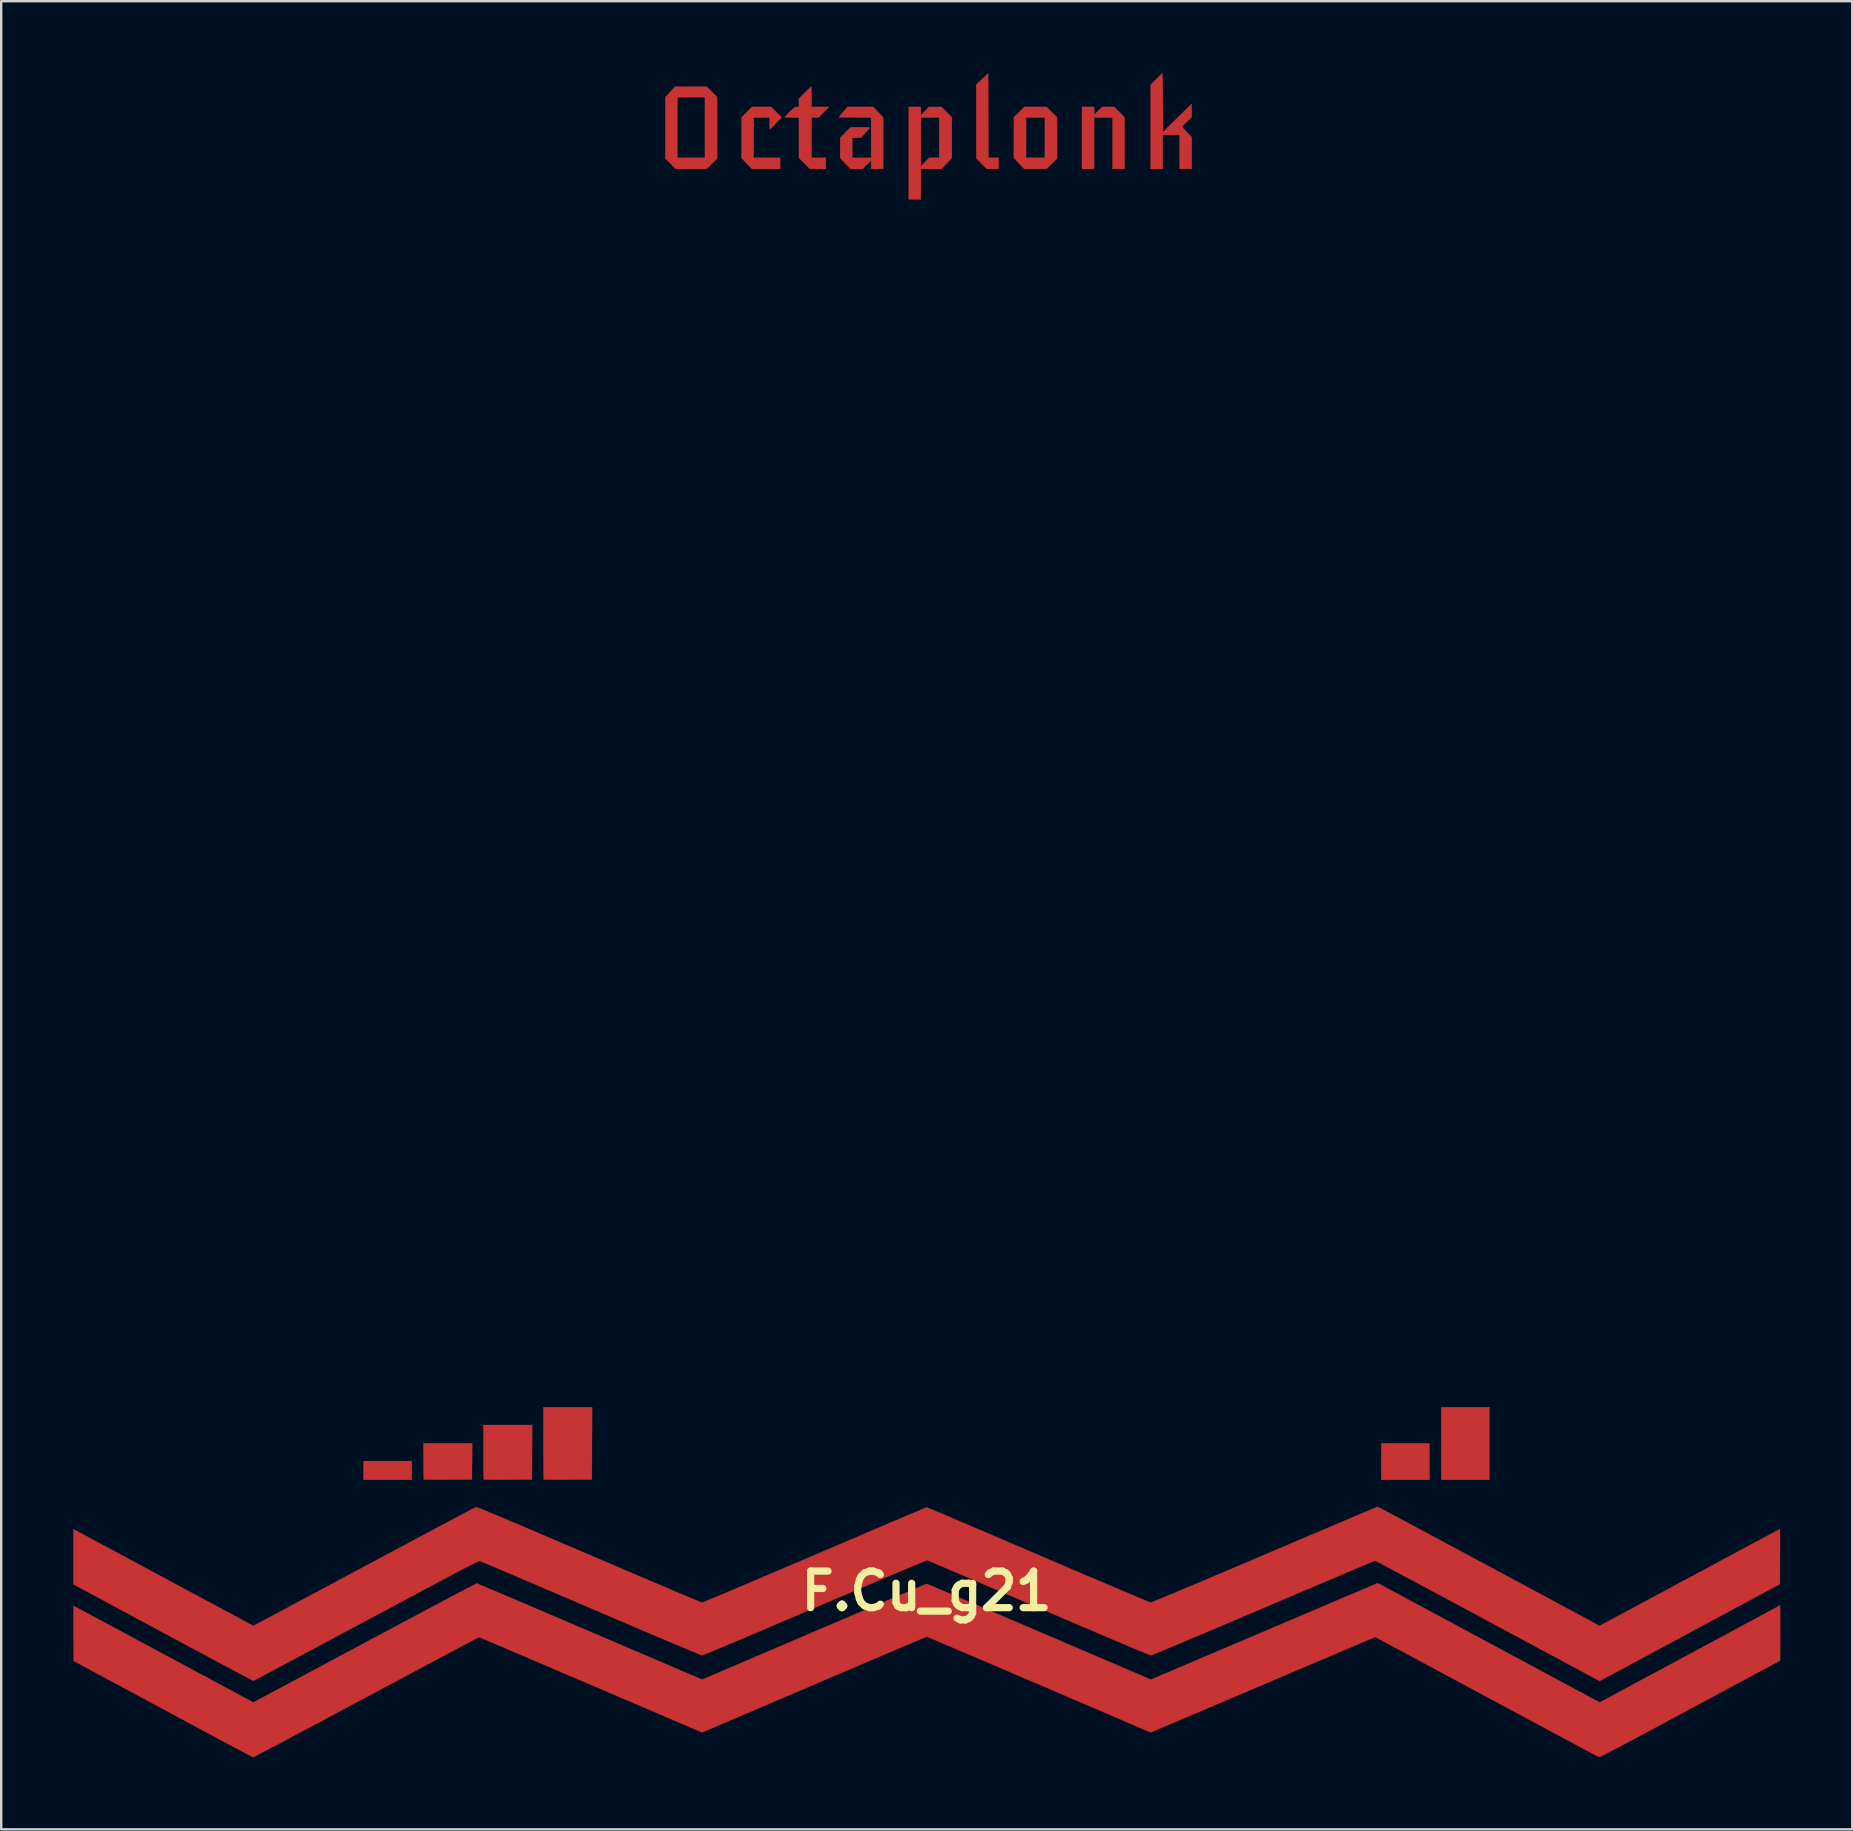
<source format=kicad_pcb>
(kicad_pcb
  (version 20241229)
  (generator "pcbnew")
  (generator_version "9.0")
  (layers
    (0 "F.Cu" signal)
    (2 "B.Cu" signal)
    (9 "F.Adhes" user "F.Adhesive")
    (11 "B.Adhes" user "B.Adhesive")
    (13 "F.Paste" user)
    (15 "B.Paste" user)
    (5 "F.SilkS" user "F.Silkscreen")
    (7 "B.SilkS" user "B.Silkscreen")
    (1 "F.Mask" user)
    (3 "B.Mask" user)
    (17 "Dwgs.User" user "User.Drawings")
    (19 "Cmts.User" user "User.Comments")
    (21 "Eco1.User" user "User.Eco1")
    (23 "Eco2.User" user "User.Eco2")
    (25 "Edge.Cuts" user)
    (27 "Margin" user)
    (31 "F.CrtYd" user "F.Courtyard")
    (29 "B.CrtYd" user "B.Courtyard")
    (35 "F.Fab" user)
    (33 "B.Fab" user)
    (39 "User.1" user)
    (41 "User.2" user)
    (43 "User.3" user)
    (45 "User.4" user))
  (footprint "F.Cu_g21"
    (layer "F.Cu")
    (at 35.544 63.231)
    (property "Reference" "F.Cu_g21" (at 0 0 0) (layer "F.SilkS") (effects (font (size 1.524 1.524) (thickness 0.3))))
    (attr through_hole)
    (fp_poly (pts (xy -21.442 -4.636) (xy -23.453 -4.636) (xy -23.453 -5.419) (xy -21.442 -5.419) (xy -21.442 -4.636)) (stroke (width 0.01) (type solid)) (fill yes) (layer "F.Cu"))
    (fp_poly (pts (xy 20.955 -4.636) (xy 18.944 -4.636) (xy 18.944 -6.16) (xy 20.955 -6.16) (xy 20.955 -4.636)) (stroke (width 0.01) (type solid)) (fill yes) (layer "F.Cu"))
    (fp_poly (pts (xy 23.453 -4.636) (xy 21.442 -4.636) (xy 21.442 -7.662) (xy 23.453 -7.662) (xy 23.453 -4.636)) (stroke (width 0.01) (type solid)) (fill yes) (layer "F.Cu"))
    (fp_poly (pts (xy 2.583 -59.711) (xy 3.006 -59.711) (xy 3.006 -59.245) (xy 2.507 -59.245) (xy 2.074 -59.68) (xy 2.074 -62.756) (xy 2.323 -62.991) (xy 2.572 -63.226) (xy 2.583 -59.711)) (stroke (width 0.01) (type solid)) (fill yes) (layer "F.Cu"))
    (fp_poly (pts (xy 6.985 -61.501) (xy 7.314 -61.828) (xy 7.825 -61.828) (xy 8.255 -61.394) (xy 8.255 -60.32) (xy 8.255 -59.245) (xy 7.747 -59.245) (xy 7.747 -61.383) (xy 6.985 -61.383) (xy 6.985 -59.245) (xy 6.477 -59.245) (xy 6.477 -61.828) (xy 6.985 -61.828) (xy 6.985 -61.501)) (stroke (width 0.01) (type solid)) (fill yes) (layer "F.Cu"))
    (fp_poly (pts (xy -8.937 -62.457) (xy -8.721 -62.24) (xy -8.721 -59.679) (xy -8.938 -59.462) (xy -9.155 -59.245) (xy -10.447 -59.245) (xy -10.88 -59.68) (xy -10.88 -62.23) (xy -10.372 -62.23) (xy -10.372 -59.711) (xy -9.229 -59.711) (xy -9.229 -62.23) (xy -10.372 -62.23) (xy -10.88 -62.23) (xy -10.88 -62.235) (xy -10.676 -62.455) (xy -10.472 -62.675) (xy -9.154 -62.675) (xy -8.937 -62.457)) (stroke (width 0.01) (type solid)) (fill yes) (layer "F.Cu"))
    (fp_poly (pts (xy 5.223 -61.611) (xy 5.44 -61.395) (xy 5.44 -59.679) (xy 5.223 -59.462) (xy 5.005 -59.245) (xy 4.068 -59.245) (xy 3.855 -59.473) (xy 3.641 -59.701) (xy 3.641 -61.383) (xy 4.149 -61.383) (xy 4.149 -59.711) (xy 4.932 -59.711) (xy 4.932 -61.383) (xy 4.149 -61.383) (xy 3.641 -61.383) (xy 3.641 -61.395) (xy 3.858 -61.611) (xy 4.075 -61.828) (xy 5.005 -61.828) (xy 5.223 -61.611)) (stroke (width 0.01) (type solid)) (fill yes) (layer "F.Cu"))
    (fp_poly (pts (xy -18.928 -5.403) (xy -18.934 -4.646) (xy -19.93 -4.641) (xy -20.131 -4.64) (xy -20.32 -4.64) (xy -20.491 -4.64) (xy -20.641 -4.641) (xy -20.765 -4.642) (xy -20.859 -4.644) (xy -20.919 -4.647) (xy -20.941 -4.649) (xy -20.944 -4.673) (xy -20.947 -4.734) (xy -20.95 -4.828) (xy -20.952 -4.95) (xy -20.954 -5.094) (xy -20.955 -5.256) (xy -20.955 -5.412) (xy -20.955 -6.16) (xy -18.922 -6.16) (xy -18.928 -5.403)) (stroke (width 0.01) (type solid)) (fill yes) (layer "F.Cu"))
    (fp_poly (pts (xy -16.43 -5.784) (xy -16.436 -4.646) (xy -17.432 -4.641) (xy -17.634 -4.64) (xy -17.822 -4.64) (xy -17.993 -4.64) (xy -18.143 -4.641) (xy -18.267 -4.642) (xy -18.361 -4.644) (xy -18.421 -4.647) (xy -18.443 -4.649) (xy -18.446 -4.673) (xy -18.448 -4.734) (xy -18.451 -4.831) (xy -18.453 -4.957) (xy -18.454 -5.11) (xy -18.456 -5.286) (xy -18.457 -5.48) (xy -18.457 -5.69) (xy -18.457 -5.793) (xy -18.457 -6.921) (xy -16.425 -6.921) (xy -16.43 -5.784)) (stroke (width 0.01) (type solid)) (fill yes) (layer "F.Cu"))
    (fp_poly (pts (xy -6.25 -61.611) (xy -6.034 -61.394) (xy -6.268 -61.145) (xy -6.348 -61.061) (xy -6.419 -60.989) (xy -6.475 -60.935) (xy -6.511 -60.903) (xy -6.521 -60.897) (xy -6.529 -60.916) (xy -6.535 -60.97) (xy -6.539 -61.049) (xy -6.54 -61.14) (xy -6.54 -61.383) (xy -7.197 -61.383) (xy -7.197 -59.711) (xy -6.096 -59.711) (xy -6.096 -59.245) (xy -7.277 -59.245) (xy -7.705 -59.694) (xy -7.705 -61.395) (xy -7.27 -61.828) (xy -6.466 -61.828) (xy -6.25 -61.611)) (stroke (width 0.01) (type solid)) (fill yes) (layer "F.Cu"))
    (fp_poly (pts (xy -13.933 -6.154) (xy -13.938 -4.646) (xy -14.935 -4.641) (xy -15.136 -4.64) (xy -15.324 -4.64) (xy -15.496 -4.64) (xy -15.645 -4.641) (xy -15.769 -4.642) (xy -15.864 -4.644) (xy -15.924 -4.647) (xy -15.945 -4.649) (xy -15.948 -4.672) (xy -15.95 -4.734) (xy -15.952 -4.832) (xy -15.954 -4.961) (xy -15.956 -5.12) (xy -15.957 -5.303) (xy -15.958 -5.509) (xy -15.959 -5.732) (xy -15.96 -5.971) (xy -15.96 -6.163) (xy -15.96 -7.662) (xy -13.927 -7.662) (xy -13.933 -6.154)) (stroke (width 0.01) (type solid)) (fill yes) (layer "F.Cu"))
    (fp_poly (pts (xy 0.36 -61.828) (xy 0.625 -61.828) (xy 0.842 -61.611) (xy 1.058 -61.393) (xy 1.058 -59.699) (xy 0.845 -59.472) (xy 0.631 -59.245) (xy -0.233 -59.245) (xy -0.233 -57.975) (xy -0.741 -57.975) (xy -0.741 -61.383) (xy -0.233 -61.383) (xy -0.233 -59.345) (xy 0.11 -59.711) (xy 0.529 -59.711) (xy 0.529 -61.383) (xy -0.233 -61.383) (xy -0.741 -61.383) (xy -0.741 -61.828) (xy -0.233 -61.828) (xy -0.232 -61.653) (xy -0.231 -61.479) (xy 0.095 -61.828) (xy 0.36 -61.828)) (stroke (width 0.01) (type solid)) (fill yes) (layer "F.Cu"))
    (fp_poly (pts (xy -1.799 -61.387) (xy -1.799 -59.245) (xy -2.307 -59.245) (xy -2.307 -59.594) (xy -2.657 -59.245) (xy -3.171 -59.245) (xy -3.384 -59.473) (xy -3.598 -59.701) (xy -3.598 -60.547) (xy -3.165 -60.981) (xy -2.757 -60.981) (xy -2.631 -60.981) (xy -2.521 -60.979) (xy -2.433 -60.976) (xy -2.374 -60.973) (xy -2.35 -60.969) (xy -2.349 -60.969) (xy -2.363 -60.95) (xy -2.4 -60.906) (xy -2.456 -60.843) (xy -2.525 -60.767) (xy -2.544 -60.747) (xy -2.738 -60.537) (xy -3.09 -60.537) (xy -3.09 -59.711) (xy -2.307 -59.711) (xy -2.307 -61.383) (xy -3.659 -61.394) (xy -3.295 -61.828) (xy -2.211 -61.828) (xy -1.799 -61.387)) (stroke (width 0.01) (type solid)) (fill yes) (layer "F.Cu"))
    (fp_poly (pts (xy 9.83 -63.204) (xy 9.833 -63.145) (xy 9.835 -63.051) (xy 9.838 -62.926) (xy 9.841 -62.773) (xy 9.843 -62.597) (xy 9.845 -62.401) (xy 9.847 -62.189) (xy 9.848 -62.004) (xy 9.853 -60.784) (xy 10.451 -61.372) (xy 11.049 -61.959) (xy 11.049 -61.403) (xy 10.848 -61.211) (xy 10.773 -61.138) (xy 10.711 -61.076) (xy 10.667 -61.03) (xy 10.647 -61.006) (xy 10.647 -61.005) (xy 10.661 -60.985) (xy 10.698 -60.94) (xy 10.754 -60.877) (xy 10.824 -60.802) (xy 10.848 -60.776) (xy 11.049 -60.562) (xy 11.049 -59.245) (xy 10.541 -59.245) (xy 10.541 -60.664) (xy 9.842 -60.664) (xy 9.842 -59.245) (xy 9.335 -59.245) (xy 9.335 -62.749) (xy 9.573 -62.987) (xy 9.655 -63.068) (xy 9.727 -63.137) (xy 9.783 -63.189) (xy 9.818 -63.219) (xy 9.827 -63.225) (xy 9.83 -63.204)) (stroke (width 0.01) (type solid)) (fill yes) (layer "F.Cu"))
    (fp_poly (pts (xy -4.795 -62.654) (xy -4.791 -62.598) (xy -4.787 -62.513) (xy -4.785 -62.403) (xy -4.784 -62.277) (xy -4.784 -62.251) (xy -4.784 -61.828) (xy -4.054 -61.828) (xy -4.276 -61.606) (xy -4.497 -61.383) (xy -4.784 -61.383) (xy -4.784 -59.711) (xy -4.191 -59.711) (xy -4.191 -59.245) (xy -4.858 -59.245) (xy -5.086 -59.473) (xy -5.313 -59.701) (xy -5.313 -61.383) (xy -5.609 -61.383) (xy -5.716 -61.384) (xy -5.805 -61.387) (xy -5.87 -61.392) (xy -5.903 -61.397) (xy -5.905 -61.4) (xy -5.891 -61.42) (xy -5.852 -61.463) (xy -5.794 -61.525) (xy -5.722 -61.599) (xy -5.699 -61.622) (xy -5.615 -61.704) (xy -5.555 -61.761) (xy -5.51 -61.797) (xy -5.475 -61.817) (xy -5.442 -61.826) (xy -5.405 -61.828) (xy -5.402 -61.828) (xy -5.313 -61.828) (xy -5.313 -62.176) (xy -5.064 -62.425) (xy -4.981 -62.508) (xy -4.907 -62.58) (xy -4.849 -62.634) (xy -4.811 -62.667) (xy -4.8 -62.675) (xy -4.795 -62.654)) (stroke (width 0.01) (type solid)) (fill yes) (layer "F.Cu"))
    (fp_poly (pts (xy 23.42 2.15) (xy 28.043 4.636) (xy 31.669 2.687) (xy 32.036 2.489) (xy 32.394 2.297) (xy 32.742 2.11) (xy 33.076 1.93) (xy 33.397 1.758) (xy 33.7 1.594) (xy 33.986 1.441) (xy 34.252 1.298) (xy 34.495 1.167) (xy 34.715 1.049) (xy 34.908 0.944) (xy 35.075 0.855) (xy 35.211 0.781) (xy 35.317 0.724) (xy 35.389 0.685) (xy 35.425 0.665) (xy 35.428 0.664) (xy 35.56 0.591) (xy 35.56 2.894) (xy 31.809 4.91) (xy 31.365 5.149) (xy 30.957 5.368) (xy 30.584 5.568) (xy 30.243 5.751) (xy 29.934 5.917) (xy 29.654 6.067) (xy 29.402 6.201) (xy 29.178 6.321) (xy 28.978 6.427) (xy 28.802 6.52) (xy 28.649 6.601) (xy 28.516 6.67) (xy 28.403 6.728) (xy 28.307 6.777) (xy 28.228 6.817) (xy 28.163 6.848) (xy 28.112 6.872) (xy 28.073 6.889) (xy 28.043 6.9) (xy 28.023 6.906) (xy 28.009 6.908) (xy 28.004 6.907) (xy 27.981 6.895) (xy 27.922 6.864) (xy 27.829 6.815) (xy 27.704 6.748) (xy 27.547 6.665) (xy 27.362 6.566) (xy 27.149 6.452) (xy 26.91 6.324) (xy 26.646 6.182) (xy 26.36 6.029) (xy 26.052 5.864) (xy 25.725 5.688) (xy 25.38 5.503) (xy 25.019 5.309) (xy 24.642 5.107) (xy 24.253 4.898) (xy 23.852 4.682) (xy 23.441 4.461) (xy 23.322 4.398) (xy 18.694 1.909) (xy 14.02 3.898) (xy 9.345 5.887) (xy 4.691 3.892) (xy 4.268 3.711) (xy 3.855 3.534) (xy 3.454 3.363) (xy 3.066 3.197) (xy 2.694 3.038) (xy 2.338 2.886) (xy 2.001 2.742) (xy 1.685 2.607) (xy 1.391 2.482) (xy 1.12 2.366) (xy 0.874 2.262) (xy 0.656 2.169) (xy 0.467 2.089) (xy 0.308 2.021) (xy 0.181 1.968) (xy 0.088 1.929) (xy 0.031 1.906) (xy 0.011 1.898) (xy -0.011 1.906) (xy -0.069 1.93) (xy -0.164 1.97) (xy -0.292 2.023) (xy -0.452 2.091) (xy -0.642 2.172) (xy -0.862 2.265) (xy -1.108 2.369) (xy -1.38 2.485) (xy -1.676 2.611) (xy -1.993 2.746) (xy -2.331 2.89) (xy -2.687 3.041) (xy -3.06 3.201) (xy -3.449 3.366) (xy -3.851 3.538) (xy -4.265 3.715) (xy -4.68 3.892) (xy -9.347 5.887) (xy -13.981 3.903) (xy -14.404 3.723) (xy -14.816 3.547) (xy -15.216 3.376) (xy -15.602 3.21) (xy -15.974 3.052) (xy -16.328 2.9) (xy -16.664 2.757) (xy -16.979 2.623) (xy -17.273 2.498) (xy -17.542 2.383) (xy -17.786 2.279) (xy -18.003 2.187) (xy -18.192 2.107) (xy -18.349 2.041) (xy -18.475 1.988) (xy -18.566 1.95) (xy -18.622 1.927) (xy -18.64 1.92) (xy -18.661 1.929) (xy -18.717 1.958) (xy -18.807 2.006) (xy -18.93 2.07) (xy -19.084 2.152) (xy -19.268 2.249) (xy -19.479 2.361) (xy -19.716 2.487) (xy -19.978 2.626) (xy -20.263 2.777) (xy -20.569 2.941) (xy -20.896 3.114) (xy -21.24 3.298) (xy -21.601 3.491) (xy -21.977 3.692) (xy -22.367 3.9) (xy -22.769 4.114) (xy -23.181 4.334) (xy -23.341 4.42) (xy -23.757 4.642) (xy -24.163 4.859) (xy -24.557 5.07) (xy -24.939 5.274) (xy -25.306 5.47) (xy -25.658 5.657) (xy -25.991 5.834) (xy -26.306 6.002) (xy -26.599 6.158) (xy -26.871 6.302) (xy -27.118 6.433) (xy -27.34 6.55) (xy -27.534 6.653) (xy -27.7 6.741) (xy -27.836 6.812) (xy -27.939 6.866) (xy -28.009 6.902) (xy -28.044 6.919) (xy -28.048 6.92) (xy -28.069 6.91) (xy -28.126 6.881) (xy -28.217 6.834) (xy -28.339 6.769) (xy -28.491 6.688) (xy -28.672 6.592) (xy -28.88 6.482) (xy -29.112 6.358) (xy -29.367 6.221) (xy -29.644 6.073) (xy -29.94 5.915) (xy -30.253 5.747) (xy -30.583 5.57) (xy -30.926 5.386) (xy -31.282 5.194) (xy -31.648 4.997) (xy -31.803 4.914) (xy -35.528 2.909) (xy -35.534 1.762) (xy -35.535 1.546) (xy -35.535 1.343) (xy -35.535 1.157) (xy -35.535 0.993) (xy -35.535 0.853) (xy -35.534 0.741) (xy -35.533 0.663) (xy -35.531 0.62) (xy -35.53 0.614) (xy -35.511 0.624) (xy -35.456 0.653) (xy -35.368 0.7) (xy -35.247 0.764) (xy -35.097 0.845) (xy -34.917 0.941) (xy -34.712 1.051) (xy -34.481 1.175) (xy -34.227 1.311) (xy -33.952 1.459) (xy -33.657 1.617) (xy -33.344 1.785) (xy -33.016 1.961) (xy -32.672 2.146) (xy -32.317 2.337) (xy -31.95 2.534) (xy -31.781 2.625) (xy -28.04 4.636) (xy -23.402 2.156) (xy -22.988 1.935) (xy -22.584 1.719) (xy -22.191 1.509) (xy -21.811 1.306) (xy -21.446 1.111) (xy -21.096 0.925) (xy -20.764 0.748) (xy -20.452 0.582) (xy -20.16 0.427) (xy -19.89 0.284) (xy -19.645 0.154) (xy -19.425 0.038) (xy -19.233 -0.063) (xy -19.069 -0.149) (xy -18.936 -0.219) (xy -18.835 -0.271) (xy -18.767 -0.306) (xy -18.735 -0.321) (xy -18.733 -0.322) (xy -18.71 -0.313) (xy -18.651 -0.289) (xy -18.556 -0.249) (xy -18.428 -0.195) (xy -18.267 -0.127) (xy -18.076 -0.046) (xy -17.856 0.047) (xy -17.609 0.152) (xy -17.336 0.268) (xy -17.04 0.394) (xy -16.722 0.53) (xy -16.384 0.674) (xy -16.027 0.826) (xy -15.654 0.986) (xy -15.265 1.152) (xy -14.863 1.324) (xy -14.448 1.501) (xy -14.024 1.683) (xy -14.023 1.683) (xy -9.346 3.685) (xy -4.68 1.691) (xy -4.257 1.51) (xy -3.843 1.333) (xy -3.442 1.162) (xy -3.053 0.996) (xy -2.681 0.837) (xy -2.325 0.685) (xy -1.987 0.542) (xy -1.67 0.407) (xy -1.375 0.281) (xy -1.104 0.166) (xy -0.858 0.062) (xy -0.639 -0.031) (xy -0.449 -0.112) (xy -0.29 -0.179) (xy -0.162 -0.233) (xy -0.069 -0.272) (xy -0.011 -0.295) (xy 0.01 -0.303) (xy 0.031 -0.295) (xy 0.09 -0.271) (xy 0.184 -0.232) (xy 0.312 -0.178) (xy 0.472 -0.11) (xy 0.663 -0.029) (xy 0.882 0.064) (xy 1.128 0.169) (xy 1.4 0.284) (xy 1.695 0.41) (xy 2.012 0.545) (xy 2.35 0.69) (xy 2.706 0.842) (xy 3.079 1.001) (xy 3.467 1.167) (xy 3.869 1.339) (xy 4.282 1.515) (xy 4.692 1.691) (xy 9.349 3.685) (xy 18.796 -0.335) (xy 23.42 2.15)) (stroke (width 0.01) (type solid)) (fill yes) (layer "F.Cu"))
    (fp_poly (pts (xy 18.814 -3.504) (xy 18.871 -3.475) (xy 18.961 -3.427) (xy 19.083 -3.362) (xy 19.237 -3.281) (xy 19.42 -3.183) (xy 19.63 -3.071) (xy 19.867 -2.945) (xy 20.128 -2.805) (xy 20.412 -2.653) (xy 20.717 -2.489) (xy 21.042 -2.315) (xy 21.385 -2.131) (xy 21.745 -1.938) (xy 22.12 -1.737) (xy 22.508 -1.529) (xy 22.907 -1.314) (xy 23.317 -1.094) (xy 23.426 -1.036) (xy 28.035 1.442) (xy 28.107 1.408) (xy 28.132 1.395) (xy 28.193 1.362) (xy 28.288 1.312) (xy 28.414 1.244) (xy 28.571 1.16) (xy 28.756 1.062) (xy 28.967 0.948) (xy 29.202 0.822) (xy 29.46 0.683) (xy 29.74 0.534) (xy 30.038 0.374) (xy 30.353 0.204) (xy 30.684 0.026) (xy 31.028 -0.159) (xy 31.384 -0.35) (xy 31.751 -0.547) (xy 31.857 -0.604) (xy 32.225 -0.802) (xy 32.583 -0.994) (xy 32.929 -1.18) (xy 33.261 -1.358) (xy 33.578 -1.529) (xy 33.878 -1.69) (xy 34.159 -1.841) (xy 34.42 -1.98) (xy 34.658 -2.108) (xy 34.872 -2.222) (xy 35.06 -2.323) (xy 35.22 -2.408) (xy 35.35 -2.478) (xy 35.449 -2.53) (xy 35.515 -2.565) (xy 35.546 -2.581) (xy 35.548 -2.582) (xy 35.55 -2.562) (xy 35.552 -2.503) (xy 35.554 -2.409) (xy 35.555 -2.285) (xy 35.556 -2.133) (xy 35.556 -1.959) (xy 35.556 -1.765) (xy 35.555 -1.556) (xy 35.555 -1.436) (xy 35.549 -0.29) (xy 31.796 1.728) (xy 28.043 3.746) (xy 23.378 1.238) (xy 22.963 1.015) (xy 22.558 0.798) (xy 22.165 0.586) (xy 21.784 0.382) (xy 21.418 0.185) (xy 21.067 -0.003) (xy 20.735 -0.181) (xy 20.421 -0.349) (xy 20.129 -0.505) (xy 19.859 -0.65) (xy 19.612 -0.782) (xy 19.392 -0.899) (xy 19.198 -1.002) (xy 19.034 -1.09) (xy 18.899 -1.161) (xy 18.797 -1.215) (xy 18.728 -1.251) (xy 18.694 -1.269) (xy 18.691 -1.27) (xy 18.67 -1.262) (xy 18.611 -1.238) (xy 18.517 -1.199) (xy 18.389 -1.145) (xy 18.229 -1.077) (xy 18.039 -0.997) (xy 17.82 -0.904) (xy 17.573 -0.8) (xy 17.302 -0.685) (xy 17.007 -0.56) (xy 16.69 -0.425) (xy 16.352 -0.282) (xy 15.997 -0.131) (xy 15.624 0.028) (xy 15.236 0.193) (xy 14.835 0.364) (xy 14.422 0.539) (xy 14.039 0.703) (xy 13.559 0.907) (xy 13.099 1.103) (xy 12.659 1.29) (xy 12.241 1.467) (xy 11.846 1.635) (xy 11.475 1.791) (xy 11.129 1.937) (xy 10.81 2.072) (xy 10.52 2.194) (xy 10.258 2.304) (xy 10.026 2.4) (xy 9.827 2.483) (xy 9.66 2.552) (xy 9.527 2.606) (xy 9.429 2.645) (xy 9.368 2.668) (xy 9.345 2.675) (xy 9.32 2.667) (xy 9.257 2.643) (xy 9.158 2.603) (xy 9.025 2.548) (xy 8.859 2.479) (xy 8.662 2.396) (xy 8.435 2.301) (xy 8.18 2.193) (xy 7.897 2.074) (xy 7.59 1.943) (xy 7.258 1.802) (xy 6.905 1.652) (xy 6.53 1.492) (xy 6.137 1.324) (xy 5.725 1.148) (xy 5.297 0.965) (xy 4.855 0.775) (xy 4.678 0.699) (xy 4.257 0.519) (xy 3.846 0.343) (xy 3.447 0.172) (xy 3.061 0.006) (xy 2.69 -0.152) (xy 2.337 -0.304) (xy 2.002 -0.447) (xy 1.687 -0.582) (xy 1.394 -0.707) (xy 1.125 -0.822) (xy 0.881 -0.926) (xy 0.665 -1.018) (xy 0.477 -1.098) (xy 0.32 -1.164) (xy 0.195 -1.217) (xy 0.104 -1.255) (xy 0.049 -1.278) (xy 0.032 -1.285) (xy 0.008 -1.277) (xy -0.053 -1.254) (xy -0.15 -1.215) (xy -0.281 -1.161) (xy -0.446 -1.092) (xy -0.643 -1.01) (xy -0.871 -0.915) (xy -1.127 -0.807) (xy -1.411 -0.687) (xy -1.721 -0.556) (xy -2.057 -0.414) (xy -2.415 -0.261) (xy -2.796 -0.099) (xy -3.197 0.072) (xy -3.618 0.251) (xy -4.056 0.438) (xy -4.511 0.633) (xy -4.646 0.691) (xy -5.096 0.883) (xy -5.531 1.069) (xy -5.951 1.248) (xy -6.353 1.42) (xy -6.737 1.583) (xy -7.101 1.738) (xy -7.443 1.883) (xy -7.761 2.018) (xy -8.055 2.142) (xy -8.323 2.255) (xy -8.563 2.356) (xy -8.774 2.444) (xy -8.955 2.519) (xy -9.103 2.58) (xy -9.217 2.627) (xy -9.296 2.658) (xy -9.338 2.674) (xy -9.345 2.676) (xy -9.371 2.667) (xy -9.435 2.643) (xy -9.535 2.603) (xy -9.67 2.547) (xy -9.839 2.477) (xy -10.042 2.392) (xy -10.275 2.294) (xy -10.539 2.183) (xy -10.832 2.059) (xy -11.153 1.923) (xy -11.501 1.776) (xy -11.874 1.617) (xy -12.271 1.448) (xy -12.691 1.268) (xy -13.133 1.079) (xy -13.596 0.881) (xy -13.97 0.721) (xy -14.389 0.542) (xy -14.799 0.366) (xy -15.197 0.196) (xy -15.581 0.031) (xy -15.951 -0.127) (xy -16.303 -0.278) (xy -16.638 -0.421) (xy -16.951 -0.555) (xy -17.243 -0.679) (xy -17.512 -0.794) (xy -17.754 -0.897) (xy -17.97 -0.989) (xy -18.156 -1.069) (xy -18.312 -1.135) (xy -18.436 -1.187) (xy -18.526 -1.225) (xy -18.579 -1.247) (xy -18.595 -1.253) (xy -18.603 -1.255) (xy -18.616 -1.253) (xy -18.634 -1.249) (xy -18.658 -1.24) (xy -18.69 -1.227) (xy -18.732 -1.208) (xy -18.785 -1.184) (xy -18.849 -1.152) (xy -18.928 -1.113) (xy -19.021 -1.066) (xy -19.13 -1.01) (xy -19.257 -0.944) (xy -19.403 -0.868) (xy -19.569 -0.78) (xy -19.757 -0.681) (xy -19.968 -0.569) (xy -20.203 -0.444) (xy -20.465 -0.305) (xy -20.753 -0.152) (xy -21.07 0.017) (xy -21.417 0.203) (xy -21.796 0.405) (xy -22.206 0.624) (xy -22.651 0.862) (xy -23.132 1.119) (xy -23.336 1.228) (xy -23.752 1.451) (xy -24.157 1.668) (xy -24.552 1.879) (xy -24.933 2.082) (xy -25.301 2.279) (xy -25.652 2.466) (xy -25.985 2.644) (xy -26.299 2.812) (xy -26.592 2.968) (xy -26.863 3.113) (xy -27.11 3.245) (xy -27.331 3.363) (xy -27.525 3.466) (xy -27.69 3.554) (xy -27.825 3.626) (xy -27.928 3.68) (xy -27.997 3.717) (xy -28.032 3.735) (xy -28.035 3.737) (xy -28.056 3.727) (xy -28.112 3.699) (xy -28.201 3.652) (xy -28.323 3.588) (xy -28.475 3.508) (xy -28.655 3.413) (xy -28.862 3.303) (xy -29.093 3.179) (xy -29.348 3.043) (xy -29.624 2.896) (xy -29.919 2.737) (xy -30.233 2.569) (xy -30.562 2.393) (xy -30.905 2.208) (xy -31.261 2.017) (xy -31.628 1.82) (xy -31.798 1.729) (xy -35.539 -0.285) (xy -35.539 -2.584) (xy -35.491 -2.559) (xy -35.468 -2.546) (xy -35.409 -2.515) (xy -35.317 -2.465) (xy -35.193 -2.398) (xy -35.039 -2.315) (xy -34.856 -2.217) (xy -34.648 -2.105) (xy -34.414 -1.98) (xy -34.158 -1.842) (xy -33.881 -1.693) (xy -33.585 -1.534) (xy -33.272 -1.366) (xy -32.943 -1.189) (xy -32.601 -1.005) (xy -32.247 -0.814) (xy -31.882 -0.618) (xy -31.805 -0.577) (xy -31.439 -0.38) (xy -31.082 -0.188) (xy -30.736 -0.002) (xy -30.404 0.176) (xy -30.086 0.347) (xy -29.785 0.509) (xy -29.503 0.66) (xy -29.241 0.801) (xy -29.001 0.929) (xy -28.786 1.045) (xy -28.596 1.146) (xy -28.435 1.233) (xy -28.302 1.304) (xy -28.202 1.357) (xy -28.134 1.393) (xy -28.102 1.41) (xy -28.1 1.411) (xy -28.032 1.444) (xy -23.43 -1.018) (xy -23.018 -1.238) (xy -22.615 -1.454) (xy -22.223 -1.663) (xy -21.844 -1.865) (xy -21.479 -2.06) (xy -21.13 -2.246) (xy -20.799 -2.423) (xy -20.487 -2.59) (xy -20.196 -2.745) (xy -19.927 -2.888) (xy -19.682 -3.018) (xy -19.463 -3.135) (xy -19.271 -3.237) (xy -19.108 -3.323) (xy -18.976 -3.393) (xy -18.875 -3.446) (xy -18.809 -3.481) (xy -18.777 -3.497) (xy -18.775 -3.498) (xy -18.765 -3.498) (xy -18.746 -3.494) (xy -18.716 -3.485) (xy -18.675 -3.471) (xy -18.62 -3.451) (xy -18.55 -3.424) (xy -18.465 -3.391) (xy -18.362 -3.349) (xy -18.24 -3.299) (xy -18.098 -3.24) (xy -17.935 -3.172) (xy -17.748 -3.094) (xy -17.538 -3.005) (xy -17.301 -2.904) (xy -17.037 -2.792) (xy -16.745 -2.668) (xy -16.423 -2.531) (xy -16.07 -2.38) (xy -15.684 -2.215) (xy -15.264 -2.035) (xy -14.808 -1.84) (xy -14.316 -1.629) (xy -14.065 -1.522) (xy -13.589 -1.318) (xy -13.131 -1.122) (xy -12.693 -0.935) (xy -12.276 -0.757) (xy -11.882 -0.588) (xy -11.511 -0.431) (xy -11.164 -0.283) (xy -10.844 -0.148) (xy -10.551 -0.024) (xy -10.287 0.087) (xy -10.053 0.186) (xy -9.849 0.271) (xy -9.679 0.342) (xy -9.542 0.398) (xy -9.44 0.439) (xy -9.374 0.465) (xy -9.346 0.474) (xy -9.345 0.474) (xy -9.32 0.466) (xy -9.257 0.441) (xy -9.158 0.401) (xy -9.024 0.347) (xy -8.857 0.277) (xy -8.659 0.195) (xy -8.43 0.099) (xy -8.173 -0.01) (xy -7.888 -0.13) (xy -7.578 -0.261) (xy -7.243 -0.403) (xy -6.885 -0.555) (xy -6.505 -0.717) (xy -6.105 -0.887) (xy -5.687 -1.065) (xy -5.252 -1.251) (xy -4.8 -1.444) (xy -4.648 -1.509) (xy -4.226 -1.69) (xy -3.814 -1.866) (xy -3.414 -2.037) (xy -3.027 -2.202) (xy -2.656 -2.361) (xy -2.301 -2.512) (xy -1.966 -2.655) (xy -1.65 -2.79) (xy -1.357 -2.915) (xy -1.087 -3.03) (xy -0.843 -3.133) (xy -0.626 -3.225) (xy -0.437 -3.305) (xy -0.279 -3.372) (xy -0.154 -3.424) (xy -0.062 -3.463) (xy -0.007 -3.486) (xy 0.012 -3.493) (xy 0.034 -3.484) (xy 0.092 -3.46) (xy 0.187 -3.421) (xy 0.315 -3.367) (xy 0.475 -3.299) (xy 0.666 -3.218) (xy 0.885 -3.125) (xy 1.131 -3.02) (xy 1.403 -2.904) (xy 1.698 -2.778) (xy 2.015 -2.642) (xy 2.352 -2.498) (xy 2.707 -2.346) (xy 3.08 -2.187) (xy 3.467 -2.021) (xy 3.868 -1.849) (xy 4.281 -1.672) (xy 4.66 -1.509) (xy 5.111 -1.316) (xy 5.547 -1.129) (xy 5.967 -0.949) (xy 6.37 -0.777) (xy 6.754 -0.613) (xy 7.117 -0.459) (xy 7.459 -0.313) (xy 7.777 -0.178) (xy 8.07 -0.054) (xy 8.337 0.059) (xy 8.576 0.159) (xy 8.785 0.247) (xy 8.964 0.321) (xy 9.11 0.382) (xy 9.222 0.428) (xy 9.299 0.458) (xy 9.34 0.473) (xy 9.345 0.474) (xy 9.371 0.466) (xy 9.435 0.442) (xy 9.534 0.402) (xy 9.67 0.347) (xy 9.839 0.277) (xy 10.04 0.193) (xy 10.274 0.096) (xy 10.537 -0.014) (xy 10.829 -0.137) (xy 11.149 -0.272) (xy 11.496 -0.418) (xy 11.868 -0.576) (xy 12.264 -0.743) (xy 12.682 -0.921) (xy 13.122 -1.107) (xy 13.582 -1.303) (xy 14.061 -1.507) (xy 14.09 -1.519) (xy 14.515 -1.7) (xy 14.929 -1.877) (xy 15.331 -2.048) (xy 15.72 -2.213) (xy 16.094 -2.372) (xy 16.451 -2.524) (xy 16.789 -2.667) (xy 17.106 -2.802) (xy 17.402 -2.927) (xy 17.674 -3.043) (xy 17.921 -3.147) (xy 18.14 -3.24) (xy 18.331 -3.321) (xy 18.491 -3.388) (xy 18.62 -3.442) (xy 18.714 -3.481) (xy 18.773 -3.505) (xy 18.794 -3.514) (xy 18.794 -3.514) (xy 18.814 -3.504)) (stroke (width 0.01) (type solid)) (fill yes) (layer "F.Cu")))
  (gr_rect
    (start -3 -3)
    (end 74.109 73.156)
    (stroke (width 0.1) (type default))
    (fill no)
    (layer "Edge.Cuts")))
</source>
